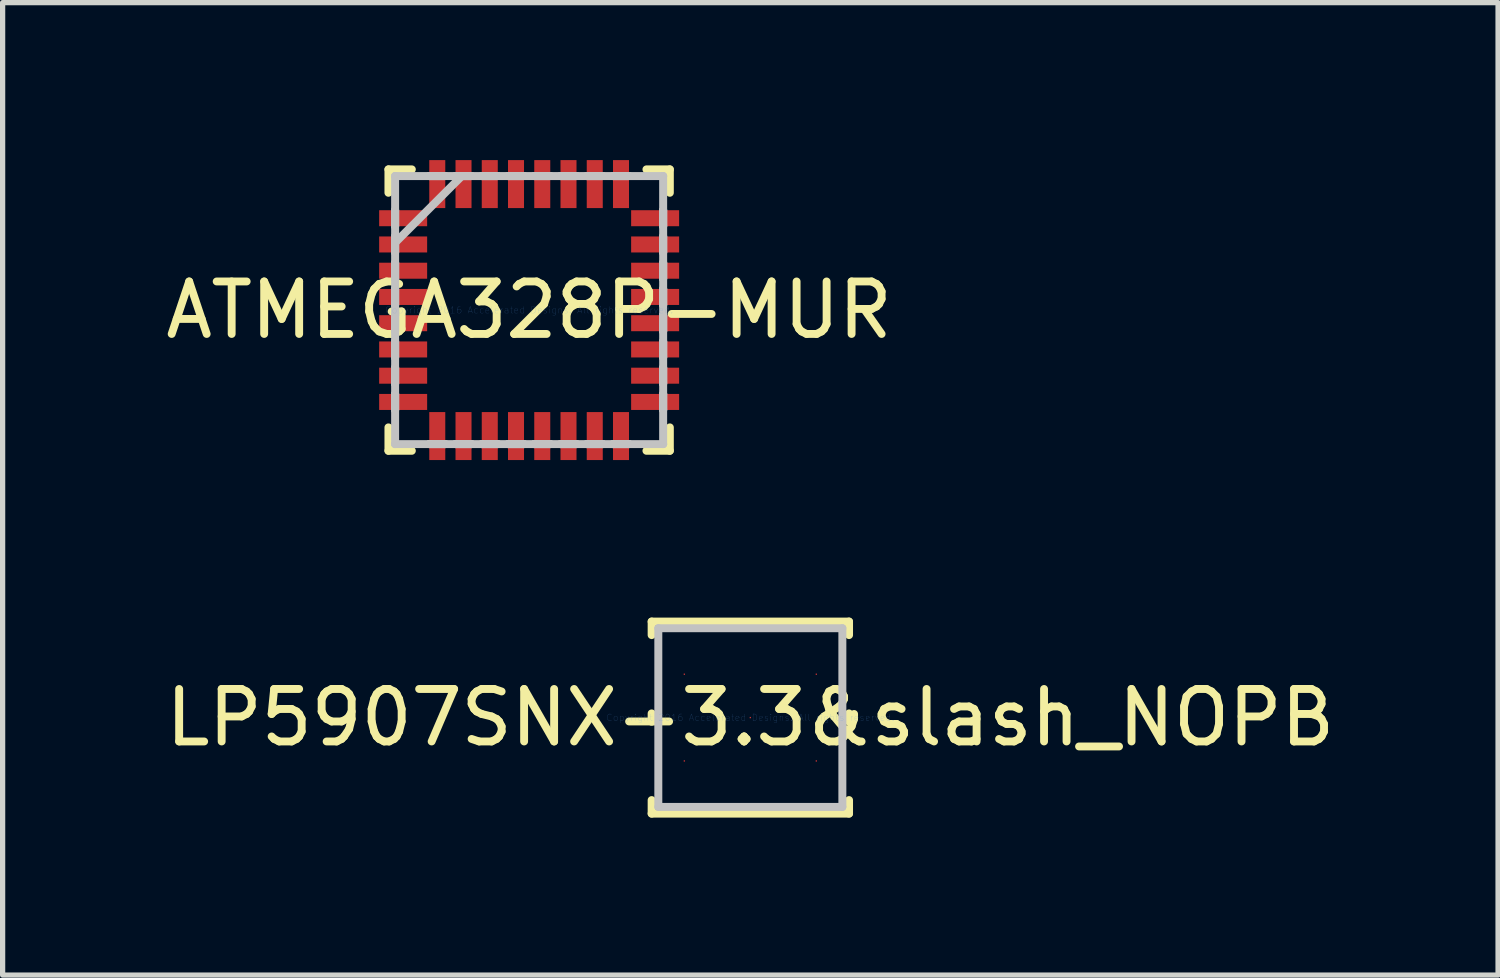
<source format=kicad_pcb>
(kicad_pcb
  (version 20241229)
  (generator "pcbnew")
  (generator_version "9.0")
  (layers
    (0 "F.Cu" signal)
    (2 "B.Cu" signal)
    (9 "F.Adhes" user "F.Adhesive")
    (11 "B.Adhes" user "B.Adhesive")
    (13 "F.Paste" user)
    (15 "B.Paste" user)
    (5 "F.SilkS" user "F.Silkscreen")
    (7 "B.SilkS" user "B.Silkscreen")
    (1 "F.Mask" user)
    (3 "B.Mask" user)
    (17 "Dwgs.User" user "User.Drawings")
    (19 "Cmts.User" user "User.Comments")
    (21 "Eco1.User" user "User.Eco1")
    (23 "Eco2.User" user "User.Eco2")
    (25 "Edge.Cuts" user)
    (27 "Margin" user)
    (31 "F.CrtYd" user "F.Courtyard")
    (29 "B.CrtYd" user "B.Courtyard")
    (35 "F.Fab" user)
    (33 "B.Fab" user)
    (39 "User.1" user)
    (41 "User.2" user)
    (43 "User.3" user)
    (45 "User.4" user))
  (footprint "LP5907SNX-3.3&slash_NOPB"
    (layer "F.Cu")
    (at 11.244 10.62)
    (property "Reference" "LP5907SNX-3.3&slash_NOPB" (at 0 0 0) (layer "F.SilkS") (effects (font (size 1 1) (thickness 0.15))))
    (attr through_hole)
    (fp_line (start -1.88 -1.829) (end -1.88 -1.572) (stroke (width 0.152) (type solid)) (layer "F.SilkS"))
    (fp_line (start -1.88 -0.079) (end -1.88 0.079) (stroke (width 0.152) (type solid)) (layer "F.SilkS"))
    (fp_line (start -1.88 1.572) (end -1.88 1.829) (stroke (width 0.152) (type solid)) (layer "F.SilkS"))
    (fp_line (start -1.88 1.829) (end 1.88 1.829) (stroke (width 0.152) (type solid)) (layer "F.SilkS"))
    (fp_line (start 1.88 -1.829) (end -1.88 -1.829) (stroke (width 0.152) (type solid)) (layer "F.SilkS"))
    (fp_line (start 1.88 -1.572) (end 1.88 -1.829) (stroke (width 0.152) (type solid)) (layer "F.SilkS"))
    (fp_line (start 1.88 0.079) (end 1.88 -0.079) (stroke (width 0.152) (type solid)) (layer "F.SilkS"))
    (fp_line (start 1.88 1.829) (end 1.88 1.572) (stroke (width 0.152) (type solid)) (layer "F.SilkS"))
    (fp_line (start -1.753 -1.702) (end -1.753 1.702) (stroke (width 0.152) (type solid)) (layer "Dwgs.User"))
    (fp_line (start -1.753 1.702) (end 1.753 1.702) (stroke (width 0.152) (type solid)) (layer "Dwgs.User"))
    (fp_line (start 1.753 -1.702) (end -1.753 -1.702) (stroke (width 0.152) (type solid)) (layer "Dwgs.User"))
    (fp_line (start 1.753 1.702) (end 1.753 -1.702) (stroke (width 0.152) (type solid)) (layer "Dwgs.User"))
    (fp_text user "Copyright 2016 Accelerated Designs. All rights reserved." (at 0 0 0) (layer "Cmts.User") (effects (font (size 0.127 0.127) (thickness 0.002))))
    (pad "" smd rect (at -1.257 -0.826) (size 0.025 0.025) (layers "F.Mask"))
    (pad "" smd rect (at -1.257 0.826) (size 0.025 0.025) (layers "F.Mask"))
    (pad "" smd rect (at 0 0) (size 0.025 0.025) (layers "F.Mask"))
    (pad "" smd rect (at 0 0) (size 0.025 0.025) (layers "F.Paste"))
    (pad "" smd rect (at 1.257 -0.826) (size 0.025 0.025) (layers "F.Mask"))
    (pad "" smd rect (at 1.257 0.826) (size 0.025 0.025) (layers "F.Mask"))
    (pad "1" smd rect (at -1.257 -0.826) (size 0.025 0.025) (layers "F.Cu"))
    (pad "2" smd rect (at -1.257 0.826) (size 0.025 0.025) (layers "F.Cu"))
    (pad "3" smd rect (at 1.257 0.826) (size 0.025 0.025) (layers "F.Cu"))
    (pad "4" smd rect (at 1.257 -0.826) (size 0.025 0.025) (layers "F.Cu"))
    (pad "5" smd rect (at 0 0) (size 0.025 0.025) (layers "F.Cu")))
  (footprint "ATMEGA328P-MUR"
    (layer "F.Cu")
    (at 7.03 2.857)
    (property "Reference" "ATMEGA328P-MUR" (at 0 0 0) (layer "F.SilkS") (effects (font (size 1 1) (thickness 0.15))))
    (attr through_hole)
    (fp_line (start -2.68 -2.68) (end -2.68 -2.235) (stroke (width 0.152) (type solid)) (layer "F.SilkS"))
    (fp_line (start -2.68 2.235) (end -2.68 2.68) (stroke (width 0.152) (type solid)) (layer "F.SilkS"))
    (fp_line (start -2.68 2.68) (end -2.235 2.68) (stroke (width 0.152) (type solid)) (layer "F.SilkS"))
    (fp_line (start -2.235 -2.68) (end -2.68 -2.68) (stroke (width 0.152) (type solid)) (layer "F.SilkS"))
    (fp_line (start 2.235 2.68) (end 2.68 2.68) (stroke (width 0.152) (type solid)) (layer "F.SilkS"))
    (fp_line (start 2.68 -2.68) (end 2.235 -2.68) (stroke (width 0.152) (type solid)) (layer "F.SilkS"))
    (fp_line (start 2.68 -2.235) (end 2.68 -2.68) (stroke (width 0.152) (type solid)) (layer "F.SilkS"))
    (fp_line (start 2.68 2.68) (end 2.68 2.235) (stroke (width 0.152) (type solid)) (layer "F.SilkS"))
    (fp_line (start -2.553 -2.553) (end -2.553 -2.553) (stroke (width 0.152) (type solid)) (layer "Dwgs.User"))
    (fp_line (start -2.553 -2.553) (end -2.553 2.553) (stroke (width 0.152) (type solid)) (layer "Dwgs.User"))
    (fp_line (start -2.553 -1.902) (end -2.553 -1.902) (stroke (width 0.152) (type solid)) (layer "Dwgs.User"))
    (fp_line (start -2.553 -1.902) (end -2.553 -1.598) (stroke (width 0.152) (type solid)) (layer "Dwgs.User"))
    (fp_line (start -2.553 -1.598) (end -2.553 -1.902) (stroke (width 0.152) (type solid)) (layer "Dwgs.User"))
    (fp_line (start -2.553 -1.598) (end -2.553 -1.598) (stroke (width 0.152) (type solid)) (layer "Dwgs.User"))
    (fp_line (start -2.553 -1.402) (end -2.553 -1.402) (stroke (width 0.152) (type solid)) (layer "Dwgs.User"))
    (fp_line (start -2.553 -1.402) (end -2.553 -1.098) (stroke (width 0.152) (type solid)) (layer "Dwgs.User"))
    (fp_line (start -2.553 -1.283) (end -1.283 -2.553) (stroke (width 0.152) (type solid)) (layer "Dwgs.User"))
    (fp_line (start -2.553 -1.098) (end -2.553 -1.402) (stroke (width 0.152) (type solid)) (layer "Dwgs.User"))
    (fp_line (start -2.553 -1.098) (end -2.553 -1.098) (stroke (width 0.152) (type solid)) (layer "Dwgs.User"))
    (fp_line (start -2.553 -0.902) (end -2.553 -0.902) (stroke (width 0.152) (type solid)) (layer "Dwgs.User"))
    (fp_line (start -2.553 -0.902) (end -2.553 -0.598) (stroke (width 0.152) (type solid)) (layer "Dwgs.User"))
    (fp_line (start -2.553 -0.598) (end -2.553 -0.902) (stroke (width 0.152) (type solid)) (layer "Dwgs.User"))
    (fp_line (start -2.553 -0.598) (end -2.553 -0.598) (stroke (width 0.152) (type solid)) (layer "Dwgs.User"))
    (fp_line (start -2.553 -0.402) (end -2.553 -0.402) (stroke (width 0.152) (type solid)) (layer "Dwgs.User"))
    (fp_line (start -2.553 -0.402) (end -2.553 -0.098) (stroke (width 0.152) (type solid)) (layer "Dwgs.User"))
    (fp_line (start -2.553 -0.098) (end -2.553 -0.402) (stroke (width 0.152) (type solid)) (layer "Dwgs.User"))
    (fp_line (start -2.553 -0.098) (end -2.553 -0.098) (stroke (width 0.152) (type solid)) (layer "Dwgs.User"))
    (fp_line (start -2.553 0.098) (end -2.553 0.098) (stroke (width 0.152) (type solid)) (layer "Dwgs.User"))
    (fp_line (start -2.553 0.098) (end -2.553 0.402) (stroke (width 0.152) (type solid)) (layer "Dwgs.User"))
    (fp_line (start -2.553 0.402) (end -2.553 0.098) (stroke (width 0.152) (type solid)) (layer "Dwgs.User"))
    (fp_line (start -2.553 0.402) (end -2.553 0.402) (stroke (width 0.152) (type solid)) (layer "Dwgs.User"))
    (fp_line (start -2.553 0.598) (end -2.553 0.598) (stroke (width 0.152) (type solid)) (layer "Dwgs.User"))
    (fp_line (start -2.553 0.598) (end -2.553 0.902) (stroke (width 0.152) (type solid)) (layer "Dwgs.User"))
    (fp_line (start -2.553 0.902) (end -2.553 0.598) (stroke (width 0.152) (type solid)) (layer "Dwgs.User"))
    (fp_line (start -2.553 0.902) (end -2.553 0.902) (stroke (width 0.152) (type solid)) (layer "Dwgs.User"))
    (fp_line (start -2.553 1.098) (end -2.553 1.098) (stroke (width 0.152) (type solid)) (layer "Dwgs.User"))
    (fp_line (start -2.553 1.098) (end -2.553 1.402) (stroke (width 0.152) (type solid)) (layer "Dwgs.User"))
    (fp_line (start -2.553 1.402) (end -2.553 1.098) (stroke (width 0.152) (type solid)) (layer "Dwgs.User"))
    (fp_line (start -2.553 1.402) (end -2.553 1.402) (stroke (width 0.152) (type solid)) (layer "Dwgs.User"))
    (fp_line (start -2.553 1.598) (end -2.553 1.598) (stroke (width 0.152) (type solid)) (layer "Dwgs.User"))
    (fp_line (start -2.553 1.598) (end -2.553 1.902) (stroke (width 0.152) (type solid)) (layer "Dwgs.User"))
    (fp_line (start -2.553 1.902) (end -2.553 1.598) (stroke (width 0.152) (type solid)) (layer "Dwgs.User"))
    (fp_line (start -2.553 1.902) (end -2.553 1.902) (stroke (width 0.152) (type solid)) (layer "Dwgs.User"))
    (fp_line (start -2.553 2.553) (end -2.553 2.553) (stroke (width 0.152) (type solid)) (layer "Dwgs.User"))
    (fp_line (start -2.553 2.553) (end 2.553 2.553) (stroke (width 0.152) (type solid)) (layer "Dwgs.User"))
    (fp_line (start -1.902 -2.553) (end -1.902 -2.553) (stroke (width 0.152) (type solid)) (layer "Dwgs.User"))
    (fp_line (start -1.902 -2.553) (end -1.598 -2.553) (stroke (width 0.152) (type solid)) (layer "Dwgs.User"))
    (fp_line (start -1.902 2.553) (end -1.902 2.553) (stroke (width 0.152) (type solid)) (layer "Dwgs.User"))
    (fp_line (start -1.902 2.553) (end -1.598 2.553) (stroke (width 0.152) (type solid)) (layer "Dwgs.User"))
    (fp_line (start -1.598 -2.553) (end -1.902 -2.553) (stroke (width 0.152) (type solid)) (layer "Dwgs.User"))
    (fp_line (start -1.598 -2.553) (end -1.598 -2.553) (stroke (width 0.152) (type solid)) (layer "Dwgs.User"))
    (fp_line (start -1.598 2.553) (end -1.902 2.553) (stroke (width 0.152) (type solid)) (layer "Dwgs.User"))
    (fp_line (start -1.598 2.553) (end -1.598 2.553) (stroke (width 0.152) (type solid)) (layer "Dwgs.User"))
    (fp_line (start -1.402 -2.553) (end -1.402 -2.553) (stroke (width 0.152) (type solid)) (layer "Dwgs.User"))
    (fp_line (start -1.402 -2.553) (end -1.098 -2.553) (stroke (width 0.152) (type solid)) (layer "Dwgs.User"))
    (fp_line (start -1.402 2.553) (end -1.402 2.553) (stroke (width 0.152) (type solid)) (layer "Dwgs.User"))
    (fp_line (start -1.402 2.553) (end -1.098 2.553) (stroke (width 0.152) (type solid)) (layer "Dwgs.User"))
    (fp_line (start -1.098 -2.553) (end -1.402 -2.553) (stroke (width 0.152) (type solid)) (layer "Dwgs.User"))
    (fp_line (start -1.098 -2.553) (end -1.098 -2.553) (stroke (width 0.152) (type solid)) (layer "Dwgs.User"))
    (fp_line (start -1.098 2.553) (end -1.402 2.553) (stroke (width 0.152) (type solid)) (layer "Dwgs.User"))
    (fp_line (start -1.098 2.553) (end -1.098 2.553) (stroke (width 0.152) (type solid)) (layer "Dwgs.User"))
    (fp_line (start -0.902 -2.553) (end -0.902 -2.553) (stroke (width 0.152) (type solid)) (layer "Dwgs.User"))
    (fp_line (start -0.902 -2.553) (end -0.598 -2.553) (stroke (width 0.152) (type solid)) (layer "Dwgs.User"))
    (fp_line (start -0.902 2.553) (end -0.902 2.553) (stroke (width 0.152) (type solid)) (layer "Dwgs.User"))
    (fp_line (start -0.902 2.553) (end -0.598 2.553) (stroke (width 0.152) (type solid)) (layer "Dwgs.User"))
    (fp_line (start -0.598 -2.553) (end -0.902 -2.553) (stroke (width 0.152) (type solid)) (layer "Dwgs.User"))
    (fp_line (start -0.598 -2.553) (end -0.598 -2.553) (stroke (width 0.152) (type solid)) (layer "Dwgs.User"))
    (fp_line (start -0.598 2.553) (end -0.902 2.553) (stroke (width 0.152) (type solid)) (layer "Dwgs.User"))
    (fp_line (start -0.598 2.553) (end -0.598 2.553) (stroke (width 0.152) (type solid)) (layer "Dwgs.User"))
    (fp_line (start -0.402 -2.553) (end -0.402 -2.553) (stroke (width 0.152) (type solid)) (layer "Dwgs.User"))
    (fp_line (start -0.402 -2.553) (end -0.098 -2.553) (stroke (width 0.152) (type solid)) (layer "Dwgs.User"))
    (fp_line (start -0.402 2.553) (end -0.402 2.553) (stroke (width 0.152) (type solid)) (layer "Dwgs.User"))
    (fp_line (start -0.402 2.553) (end -0.098 2.553) (stroke (width 0.152) (type solid)) (layer "Dwgs.User"))
    (fp_line (start -0.098 -2.553) (end -0.402 -2.553) (stroke (width 0.152) (type solid)) (layer "Dwgs.User"))
    (fp_line (start -0.098 -2.553) (end -0.098 -2.553) (stroke (width 0.152) (type solid)) (layer "Dwgs.User"))
    (fp_line (start -0.098 2.553) (end -0.402 2.553) (stroke (width 0.152) (type solid)) (layer "Dwgs.User"))
    (fp_line (start -0.098 2.553) (end -0.098 2.553) (stroke (width 0.152) (type solid)) (layer "Dwgs.User"))
    (fp_line (start 0.098 -2.553) (end 0.098 -2.553) (stroke (width 0.152) (type solid)) (layer "Dwgs.User"))
    (fp_line (start 0.098 -2.553) (end 0.402 -2.553) (stroke (width 0.152) (type solid)) (layer "Dwgs.User"))
    (fp_line (start 0.098 2.553) (end 0.098 2.553) (stroke (width 0.152) (type solid)) (layer "Dwgs.User"))
    (fp_line (start 0.098 2.553) (end 0.402 2.553) (stroke (width 0.152) (type solid)) (layer "Dwgs.User"))
    (fp_line (start 0.402 -2.553) (end 0.098 -2.553) (stroke (width 0.152) (type solid)) (layer "Dwgs.User"))
    (fp_line (start 0.402 -2.553) (end 0.402 -2.553) (stroke (width 0.152) (type solid)) (layer "Dwgs.User"))
    (fp_line (start 0.402 2.553) (end 0.098 2.553) (stroke (width 0.152) (type solid)) (layer "Dwgs.User"))
    (fp_line (start 0.402 2.553) (end 0.402 2.553) (stroke (width 0.152) (type solid)) (layer "Dwgs.User"))
    (fp_line (start 0.598 -2.553) (end 0.598 -2.553) (stroke (width 0.152) (type solid)) (layer "Dwgs.User"))
    (fp_line (start 0.598 -2.553) (end 0.902 -2.553) (stroke (width 0.152) (type solid)) (layer "Dwgs.User"))
    (fp_line (start 0.598 2.553) (end 0.598 2.553) (stroke (width 0.152) (type solid)) (layer "Dwgs.User"))
    (fp_line (start 0.598 2.553) (end 0.902 2.553) (stroke (width 0.152) (type solid)) (layer "Dwgs.User"))
    (fp_line (start 0.902 -2.553) (end 0.598 -2.553) (stroke (width 0.152) (type solid)) (layer "Dwgs.User"))
    (fp_line (start 0.902 -2.553) (end 0.902 -2.553) (stroke (width 0.152) (type solid)) (layer "Dwgs.User"))
    (fp_line (start 0.902 2.553) (end 0.598 2.553) (stroke (width 0.152) (type solid)) (layer "Dwgs.User"))
    (fp_line (start 0.902 2.553) (end 0.902 2.553) (stroke (width 0.152) (type solid)) (layer "Dwgs.User"))
    (fp_line (start 1.098 -2.553) (end 1.098 -2.553) (stroke (width 0.152) (type solid)) (layer "Dwgs.User"))
    (fp_line (start 1.098 -2.553) (end 1.402 -2.553) (stroke (width 0.152) (type solid)) (layer "Dwgs.User"))
    (fp_line (start 1.098 2.553) (end 1.098 2.553) (stroke (width 0.152) (type solid)) (layer "Dwgs.User"))
    (fp_line (start 1.098 2.553) (end 1.402 2.553) (stroke (width 0.152) (type solid)) (layer "Dwgs.User"))
    (fp_line (start 1.402 -2.553) (end 1.098 -2.553) (stroke (width 0.152) (type solid)) (layer "Dwgs.User"))
    (fp_line (start 1.402 -2.553) (end 1.402 -2.553) (stroke (width 0.152) (type solid)) (layer "Dwgs.User"))
    (fp_line (start 1.402 2.553) (end 1.098 2.553) (stroke (width 0.152) (type solid)) (layer "Dwgs.User"))
    (fp_line (start 1.402 2.553) (end 1.402 2.553) (stroke (width 0.152) (type solid)) (layer "Dwgs.User"))
    (fp_line (start 1.598 -2.553) (end 1.598 -2.553) (stroke (width 0.152) (type solid)) (layer "Dwgs.User"))
    (fp_line (start 1.598 -2.553) (end 1.902 -2.553) (stroke (width 0.152) (type solid)) (layer "Dwgs.User"))
    (fp_line (start 1.598 2.553) (end 1.598 2.553) (stroke (width 0.152) (type solid)) (layer "Dwgs.User"))
    (fp_line (start 1.598 2.553) (end 1.902 2.553) (stroke (width 0.152) (type solid)) (layer "Dwgs.User"))
    (fp_line (start 1.902 -2.553) (end 1.598 -2.553) (stroke (width 0.152) (type solid)) (layer "Dwgs.User"))
    (fp_line (start 1.902 -2.553) (end 1.902 -2.553) (stroke (width 0.152) (type solid)) (layer "Dwgs.User"))
    (fp_line (start 1.902 2.553) (end 1.598 2.553) (stroke (width 0.152) (type solid)) (layer "Dwgs.User"))
    (fp_line (start 1.902 2.553) (end 1.902 2.553) (stroke (width 0.152) (type solid)) (layer "Dwgs.User"))
    (fp_line (start 2.553 -2.553) (end -2.553 -2.553) (stroke (width 0.152) (type solid)) (layer "Dwgs.User"))
    (fp_line (start 2.553 -2.553) (end 2.553 -2.553) (stroke (width 0.152) (type solid)) (layer "Dwgs.User"))
    (fp_line (start 2.553 -1.902) (end 2.553 -1.902) (stroke (width 0.152) (type solid)) (layer "Dwgs.User"))
    (fp_line (start 2.553 -1.902) (end 2.553 -1.598) (stroke (width 0.152) (type solid)) (layer "Dwgs.User"))
    (fp_line (start 2.553 -1.598) (end 2.553 -1.902) (stroke (width 0.152) (type solid)) (layer "Dwgs.User"))
    (fp_line (start 2.553 -1.598) (end 2.553 -1.598) (stroke (width 0.152) (type solid)) (layer "Dwgs.User"))
    (fp_line (start 2.553 -1.402) (end 2.553 -1.402) (stroke (width 0.152) (type solid)) (layer "Dwgs.User"))
    (fp_line (start 2.553 -1.402) (end 2.553 -1.098) (stroke (width 0.152) (type solid)) (layer "Dwgs.User"))
    (fp_line (start 2.553 -1.098) (end 2.553 -1.402) (stroke (width 0.152) (type solid)) (layer "Dwgs.User"))
    (fp_line (start 2.553 -1.098) (end 2.553 -1.098) (stroke (width 0.152) (type solid)) (layer "Dwgs.User"))
    (fp_line (start 2.553 -0.902) (end 2.553 -0.902) (stroke (width 0.152) (type solid)) (layer "Dwgs.User"))
    (fp_line (start 2.553 -0.902) (end 2.553 -0.598) (stroke (width 0.152) (type solid)) (layer "Dwgs.User"))
    (fp_line (start 2.553 -0.598) (end 2.553 -0.902) (stroke (width 0.152) (type solid)) (layer "Dwgs.User"))
    (fp_line (start 2.553 -0.598) (end 2.553 -0.598) (stroke (width 0.152) (type solid)) (layer "Dwgs.User"))
    (fp_line (start 2.553 -0.402) (end 2.553 -0.402) (stroke (width 0.152) (type solid)) (layer "Dwgs.User"))
    (fp_line (start 2.553 -0.402) (end 2.553 -0.098) (stroke (width 0.152) (type solid)) (layer "Dwgs.User"))
    (fp_line (start 2.553 -0.098) (end 2.553 -0.402) (stroke (width 0.152) (type solid)) (layer "Dwgs.User"))
    (fp_line (start 2.553 -0.098) (end 2.553 -0.098) (stroke (width 0.152) (type solid)) (layer "Dwgs.User"))
    (fp_line (start 2.553 0.098) (end 2.553 0.098) (stroke (width 0.152) (type solid)) (layer "Dwgs.User"))
    (fp_line (start 2.553 0.098) (end 2.553 0.402) (stroke (width 0.152) (type solid)) (layer "Dwgs.User"))
    (fp_line (start 2.553 0.402) (end 2.553 0.098) (stroke (width 0.152) (type solid)) (layer "Dwgs.User"))
    (fp_line (start 2.553 0.402) (end 2.553 0.402) (stroke (width 0.152) (type solid)) (layer "Dwgs.User"))
    (fp_line (start 2.553 0.598) (end 2.553 0.598) (stroke (width 0.152) (type solid)) (layer "Dwgs.User"))
    (fp_line (start 2.553 0.598) (end 2.553 0.902) (stroke (width 0.152) (type solid)) (layer "Dwgs.User"))
    (fp_line (start 2.553 0.902) (end 2.553 0.598) (stroke (width 0.152) (type solid)) (layer "Dwgs.User"))
    (fp_line (start 2.553 0.902) (end 2.553 0.902) (stroke (width 0.152) (type solid)) (layer "Dwgs.User"))
    (fp_line (start 2.553 1.098) (end 2.553 1.098) (stroke (width 0.152) (type solid)) (layer "Dwgs.User"))
    (fp_line (start 2.553 1.098) (end 2.553 1.402) (stroke (width 0.152) (type solid)) (layer "Dwgs.User"))
    (fp_line (start 2.553 1.402) (end 2.553 1.098) (stroke (width 0.152) (type solid)) (layer "Dwgs.User"))
    (fp_line (start 2.553 1.402) (end 2.553 1.402) (stroke (width 0.152) (type solid)) (layer "Dwgs.User"))
    (fp_line (start 2.553 1.598) (end 2.553 1.598) (stroke (width 0.152) (type solid)) (layer "Dwgs.User"))
    (fp_line (start 2.553 1.598) (end 2.553 1.902) (stroke (width 0.152) (type solid)) (layer "Dwgs.User"))
    (fp_line (start 2.553 1.902) (end 2.553 1.598) (stroke (width 0.152) (type solid)) (layer "Dwgs.User"))
    (fp_line (start 2.553 1.902) (end 2.553 1.902) (stroke (width 0.152) (type solid)) (layer "Dwgs.User"))
    (fp_line (start 2.553 2.553) (end 2.553 -2.553) (stroke (width 0.152) (type solid)) (layer "Dwgs.User"))
    (fp_line (start 2.553 2.553) (end 2.553 2.553) (stroke (width 0.152) (type solid)) (layer "Dwgs.User"))
    (fp_text user "Copyright 2016 Accelerated Designs. All rights reserved." (at 0 0 0) (layer "Cmts.User") (effects (font (size 0.127 0.127) (thickness 0.002))))
    (pad "1" smd rect (at -2.4 -1.75 90) (size 0.305 0.914) (layers "F.Cu" "F.Mask" "F.Paste"))
    (pad "2" smd rect (at -2.4 -1.25 90) (size 0.305 0.914) (layers "F.Cu" "F.Mask" "F.Paste"))
    (pad "3" smd rect (at -2.4 -0.75 90) (size 0.305 0.914) (layers "F.Cu" "F.Mask" "F.Paste"))
    (pad "4" smd rect (at -2.4 -0.25 90) (size 0.305 0.914) (layers "F.Cu" "F.Mask" "F.Paste"))
    (pad "5" smd rect (at -2.4 0.25 90) (size 0.305 0.914) (layers "F.Cu" "F.Mask" "F.Paste"))
    (pad "6" smd rect (at -2.4 0.75 90) (size 0.305 0.914) (layers "F.Cu" "F.Mask" "F.Paste"))
    (pad "7" smd rect (at -2.4 1.25 90) (size 0.305 0.914) (layers "F.Cu" "F.Mask" "F.Paste"))
    (pad "8" smd rect (at -2.4 1.75 90) (size 0.305 0.914) (layers "F.Cu" "F.Mask" "F.Paste"))
    (pad "9" smd rect (at -1.75 2.4) (size 0.305 0.914) (layers "F.Cu" "F.Mask" "F.Paste"))
    (pad "10" smd rect (at -1.25 2.4) (size 0.305 0.914) (layers "F.Cu" "F.Mask" "F.Paste"))
    (pad "11" smd rect (at -0.75 2.4) (size 0.305 0.914) (layers "F.Cu" "F.Mask" "F.Paste"))
    (pad "12" smd rect (at -0.25 2.4) (size 0.305 0.914) (layers "F.Cu" "F.Mask" "F.Paste"))
    (pad "13" smd rect (at 0.25 2.4) (size 0.305 0.914) (layers "F.Cu" "F.Mask" "F.Paste"))
    (pad "14" smd rect (at 0.75 2.4) (size 0.305 0.914) (layers "F.Cu" "F.Mask" "F.Paste"))
    (pad "15" smd rect (at 1.25 2.4) (size 0.305 0.914) (layers "F.Cu" "F.Mask" "F.Paste"))
    (pad "16" smd rect (at 1.75 2.4) (size 0.305 0.914) (layers "F.Cu" "F.Mask" "F.Paste"))
    (pad "17" smd rect (at 2.4 1.75 90) (size 0.305 0.914) (layers "F.Cu" "F.Mask" "F.Paste"))
    (pad "18" smd rect (at 2.4 1.25 90) (size 0.305 0.914) (layers "F.Cu" "F.Mask" "F.Paste"))
    (pad "19" smd rect (at 2.4 0.75 90) (size 0.305 0.914) (layers "F.Cu" "F.Mask" "F.Paste"))
    (pad "20" smd rect (at 2.4 0.25 90) (size 0.305 0.914) (layers "F.Cu" "F.Mask" "F.Paste"))
    (pad "21" smd rect (at 2.4 -0.25 90) (size 0.305 0.914) (layers "F.Cu" "F.Mask" "F.Paste"))
    (pad "22" smd rect (at 2.4 -0.75 90) (size 0.305 0.914) (layers "F.Cu" "F.Mask" "F.Paste"))
    (pad "23" smd rect (at 2.4 -1.25 90) (size 0.305 0.914) (layers "F.Cu" "F.Mask" "F.Paste"))
    (pad "24" smd rect (at 2.4 -1.75 90) (size 0.305 0.914) (layers "F.Cu" "F.Mask" "F.Paste"))
    (pad "25" smd rect (at 1.75 -2.4) (size 0.305 0.914) (layers "F.Cu" "F.Mask" "F.Paste"))
    (pad "26" smd rect (at 1.25 -2.4) (size 0.305 0.914) (layers "F.Cu" "F.Mask" "F.Paste"))
    (pad "27" smd rect (at 0.75 -2.4) (size 0.305 0.914) (layers "F.Cu" "F.Mask" "F.Paste"))
    (pad "28" smd rect (at 0.25 -2.4) (size 0.305 0.914) (layers "F.Cu" "F.Mask" "F.Paste"))
    (pad "29" smd rect (at -0.25 -2.4) (size 0.305 0.914) (layers "F.Cu" "F.Mask" "F.Paste"))
    (pad "30" smd rect (at -0.75 -2.4) (size 0.305 0.914) (layers "F.Cu" "F.Mask" "F.Paste"))
    (pad "31" smd rect (at -1.25 -2.4) (size 0.305 0.914) (layers "F.Cu" "F.Mask" "F.Paste"))
    (pad "32" smd rect (at -1.75 -2.4) (size 0.305 0.914) (layers "F.Cu" "F.Mask" "F.Paste")))
  (gr_rect
    (start -3 -3)
    (end 25.488 15.525)
    (stroke (width 0.1) (type default))
    (fill no)
    (layer "Edge.Cuts")))
</source>
